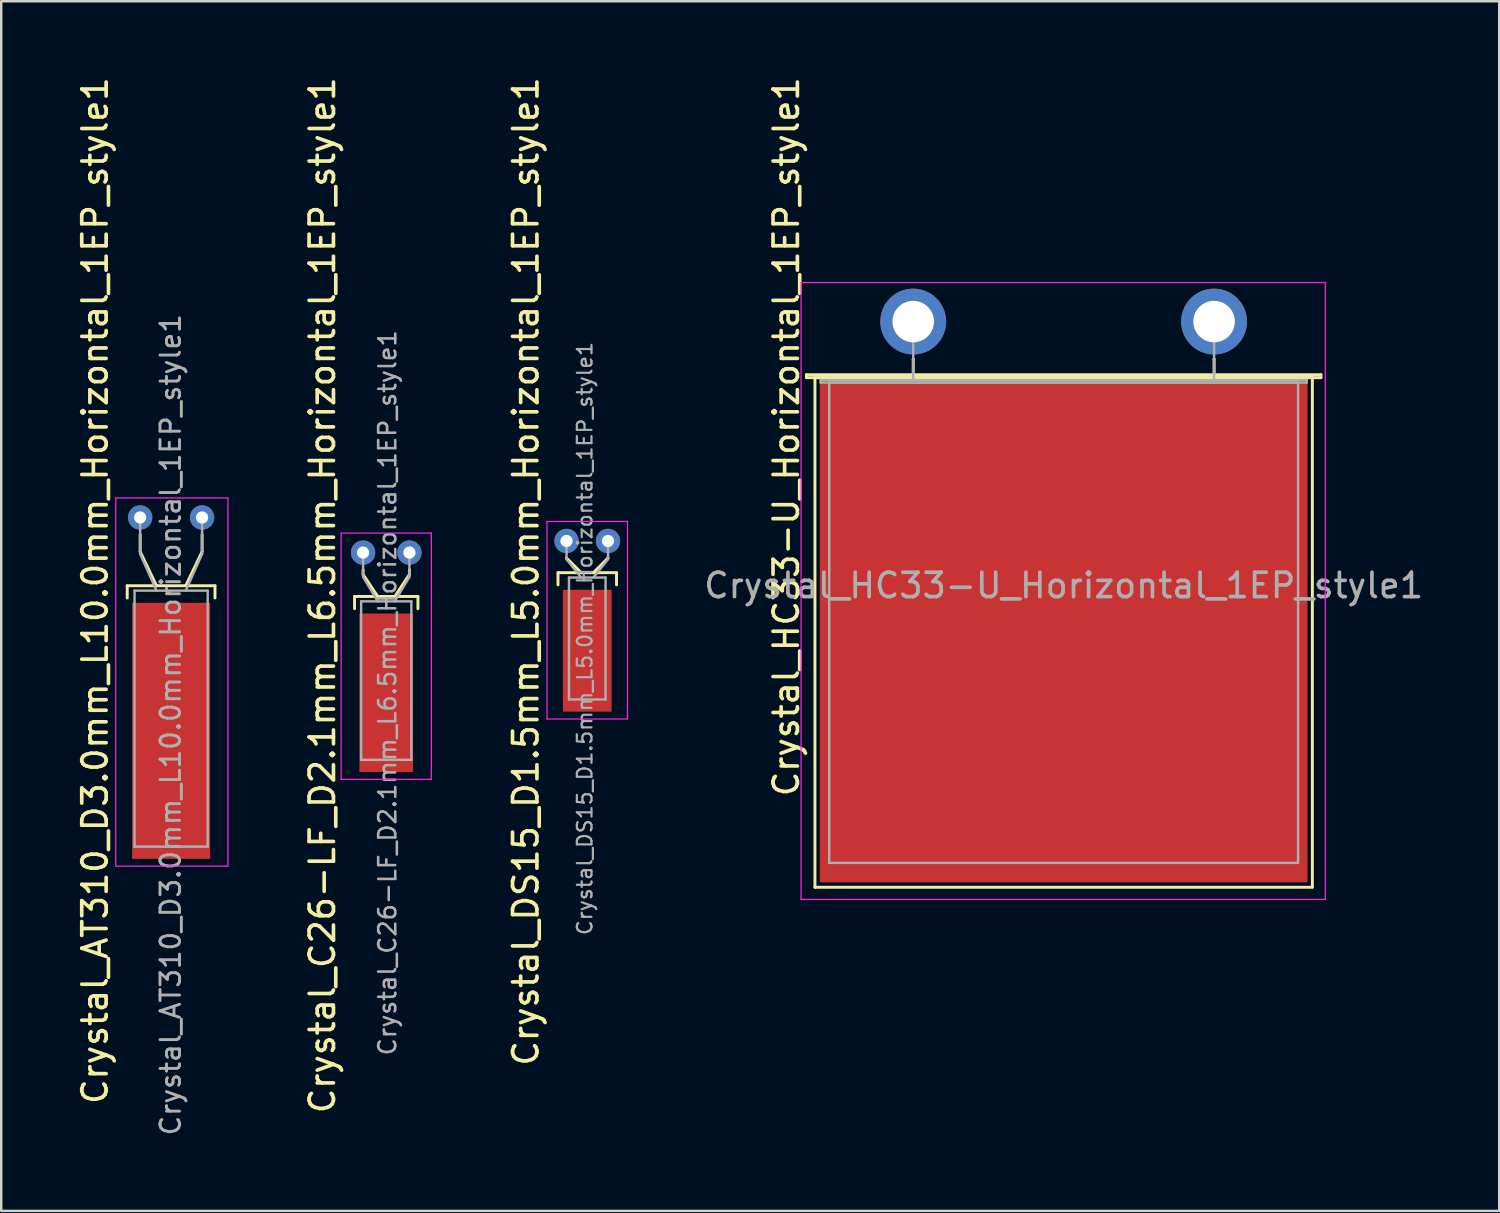
<source format=kicad_pcb>
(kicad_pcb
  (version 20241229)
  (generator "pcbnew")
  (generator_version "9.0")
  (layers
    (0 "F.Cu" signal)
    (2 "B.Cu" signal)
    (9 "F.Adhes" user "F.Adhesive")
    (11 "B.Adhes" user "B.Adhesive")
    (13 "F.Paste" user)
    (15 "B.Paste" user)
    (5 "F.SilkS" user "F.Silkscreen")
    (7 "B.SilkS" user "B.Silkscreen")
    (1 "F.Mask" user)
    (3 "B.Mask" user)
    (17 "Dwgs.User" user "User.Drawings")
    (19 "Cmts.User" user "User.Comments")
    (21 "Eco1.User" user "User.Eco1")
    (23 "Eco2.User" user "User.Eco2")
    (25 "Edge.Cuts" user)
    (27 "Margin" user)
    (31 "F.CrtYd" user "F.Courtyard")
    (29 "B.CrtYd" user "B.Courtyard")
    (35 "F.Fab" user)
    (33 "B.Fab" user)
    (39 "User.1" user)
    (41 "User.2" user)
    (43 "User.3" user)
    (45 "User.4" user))
  (footprint "Crystal_AT310_D3.0mm_L10.0mm_Horizontal_1EP_style1"
    (layer "F.Cu")
    (at 2.698 18.173)
    (property "Reference" "Crystal_AT310_D3.0mm_L10.0mm_Horizontal_1EP_style1" (at -1.85 3 90) (layer "F.SilkS") (effects (font (size 1 1) (thickness 0.15))))
    (attr through_hole)
    (fp_line (start -0.53 2.8) (end 3.07 2.8) (stroke (width 0.12) (type solid)) (layer "F.SilkS"))
    (fp_line (start -0.53 3.3) (end -0.53 2.8) (stroke (width 0.12) (type solid)) (layer "F.SilkS"))
    (fp_line (start 0 1.4) (end 0 0.7) (stroke (width 0.12) (type solid)) (layer "F.SilkS"))
    (fp_line (start 0.67 2.8) (end 0 1.4) (stroke (width 0.12) (type solid)) (layer "F.SilkS"))
    (fp_line (start 1.87 2.8) (end 2.54 1.4) (stroke (width 0.12) (type solid)) (layer "F.SilkS"))
    (fp_line (start 2.54 1.4) (end 2.54 0.7) (stroke (width 0.12) (type solid)) (layer "F.SilkS"))
    (fp_line (start 3.07 2.8) (end 3.07 3.3) (stroke (width 0.12) (type solid)) (layer "F.SilkS"))
    (fp_line (start -1 -0.8) (end -1 14.3) (stroke (width 0.05) (type solid)) (layer "F.CrtYd"))
    (fp_line (start -1 14.3) (end 3.6 14.3) (stroke (width 0.05) (type solid)) (layer "F.CrtYd"))
    (fp_line (start 3.6 -0.8) (end -1 -0.8) (stroke (width 0.05) (type solid)) (layer "F.CrtYd"))
    (fp_line (start 3.6 14.3) (end 3.6 -0.8) (stroke (width 0.05) (type solid)) (layer "F.CrtYd"))
    (fp_line (start -0.23 3) (end -0.23 13.5) (stroke (width 0.1) (type solid)) (layer "F.Fab"))
    (fp_line (start -0.23 13.5) (end 2.77 13.5) (stroke (width 0.1) (type solid)) (layer "F.Fab"))
    (fp_line (start 0 1.5) (end 0 0) (stroke (width 0.1) (type solid)) (layer "F.Fab"))
    (fp_line (start 0.67 3) (end 0 1.5) (stroke (width 0.1) (type solid)) (layer "F.Fab"))
    (fp_line (start 1.87 3) (end 2.54 1.5) (stroke (width 0.1) (type solid)) (layer "F.Fab"))
    (fp_line (start 2.54 1.5) (end 2.54 0) (stroke (width 0.1) (type solid)) (layer "F.Fab"))
    (fp_line (start 2.77 3) (end -0.23 3) (stroke (width 0.1) (type solid)) (layer "F.Fab"))
    (fp_line (start 2.77 13.5) (end 2.77 3) (stroke (width 0.1) (type solid)) (layer "F.Fab"))
    (fp_text user "${REFERENCE}" (at 1.25 8.5 90) (layer "F.Fab") (effects (font (size 0.8 0.8) (thickness 0.12))))
    (pad "1" thru_hole circle (at 0 0) (size 1 1) (drill 0.5) (layers "*.Cu" "*.Mask"))
    (pad "2" thru_hole circle (at 2.54 0) (size 1 1) (drill 0.5) (layers "*.Cu" "*.Mask"))
    (pad "3" smd rect (at 1.27 8.75) (size 3.2 10.5) (layers "F.Cu" "F.Mask" "F.Paste")))
  (footprint "Crystal_DS15_D1.5mm_L5.0mm_Horizontal_1EP_style1"
    (layer "F.Cu")
    (at 20.185 19.137)
    (property "Reference" "Crystal_DS15_D1.5mm_L5.0mm_Horizontal_1EP_style1" (at -1.67 1.25 90) (layer "F.SilkS") (effects (font (size 1 1) (thickness 0.15))))
    (attr through_hole)
    (fp_line (start -0.35 1.3) (end 2.05 1.3) (stroke (width 0.12) (type solid)) (layer "F.SilkS"))
    (fp_line (start -0.35 1.8) (end -0.35 1.3) (stroke (width 0.12) (type solid)) (layer "F.SilkS"))
    (fp_line (start 0 0.7) (end 0 0.7) (stroke (width 0.12) (type solid)) (layer "F.SilkS"))
    (fp_line (start 0.6 1.3) (end 0 0.7) (stroke (width 0.12) (type solid)) (layer "F.SilkS"))
    (fp_line (start 1.1 1.3) (end 1.7 0.7) (stroke (width 0.12) (type solid)) (layer "F.SilkS"))
    (fp_line (start 1.7 0.7) (end 1.7 0.7) (stroke (width 0.12) (type solid)) (layer "F.SilkS"))
    (fp_line (start 2.05 1.3) (end 2.05 1.8) (stroke (width 0.12) (type solid)) (layer "F.SilkS"))
    (fp_line (start -0.8 -0.8) (end -0.8 7.3) (stroke (width 0.05) (type solid)) (layer "F.CrtYd"))
    (fp_line (start -0.8 7.3) (end 2.5 7.3) (stroke (width 0.05) (type solid)) (layer "F.CrtYd"))
    (fp_line (start 2.5 -0.8) (end -0.8 -0.8) (stroke (width 0.05) (type solid)) (layer "F.CrtYd"))
    (fp_line (start 2.5 7.3) (end 2.5 -0.8) (stroke (width 0.05) (type solid)) (layer "F.CrtYd"))
    (fp_line (start 0 0.75) (end 0 0) (stroke (width 0.1) (type solid)) (layer "F.Fab"))
    (fp_line (start 0.1 1.5) (end 0.1 6.5) (stroke (width 0.1) (type solid)) (layer "F.Fab"))
    (fp_line (start 0.1 6.5) (end 1.6 6.5) (stroke (width 0.1) (type solid)) (layer "F.Fab"))
    (fp_line (start 0.6 1.5) (end 0 0.75) (stroke (width 0.1) (type solid)) (layer "F.Fab"))
    (fp_line (start 1.1 1.5) (end 1.7 0.75) (stroke (width 0.1) (type solid)) (layer "F.Fab"))
    (fp_line (start 1.6 1.5) (end 0.1 1.5) (stroke (width 0.1) (type solid)) (layer "F.Fab"))
    (fp_line (start 1.6 6.5) (end 1.6 1.5) (stroke (width 0.1) (type solid)) (layer "F.Fab"))
    (fp_line (start 1.7 0.75) (end 1.7 0) (stroke (width 0.1) (type solid)) (layer "F.Fab"))
    (fp_text user "${REFERENCE}" (at 0.75 4 90) (layer "F.Fab") (effects (font (size 0.6 0.6) (thickness 0.09))))
    (pad "1" thru_hole circle (at 0 0) (size 1 1) (drill 0.5) (layers "*.Cu" "*.Mask"))
    (pad "2" thru_hole circle (at 1.7 0) (size 1 1) (drill 0.5) (layers "*.Cu" "*.Mask"))
    (pad "3" smd rect (at 0.85 4.5) (size 2 5) (layers "F.Cu" "F.Mask" "F.Paste")))
  (footprint "Crystal_HC33-U_Horizontal_1EP_style1"
    (layer "F.Cu")
    (at 34.403 10.138)
    (property "Reference" "Crystal_HC33-U_Horizontal_1EP_style1" (at -5.205 4.725 90) (layer "F.SilkS") (effects (font (size 1 1) (thickness 0.15))))
    (attr through_hole)
    (fp_line (start -4.38 2.18) (end 16.72 2.18) (stroke (width 0.12) (type solid)) (layer "F.SilkS"))
    (fp_line (start -4.38 2.3) (end -4.38 2.18) (stroke (width 0.12) (type solid)) (layer "F.SilkS"))
    (fp_line (start -4.03 2.3) (end -4.03 23.2) (stroke (width 0.12) (type solid)) (layer "F.SilkS"))
    (fp_line (start -4.03 23.2) (end 16.37 23.2) (stroke (width 0.12) (type solid)) (layer "F.SilkS"))
    (fp_line (start 0 1.55) (end 0 1.55) (stroke (width 0.12) (type solid)) (layer "F.SilkS"))
    (fp_line (start 0 2.3) (end 0 1.55) (stroke (width 0.12) (type solid)) (layer "F.SilkS"))
    (fp_line (start 12.34 1.55) (end 12.34 1.55) (stroke (width 0.12) (type solid)) (layer "F.SilkS"))
    (fp_line (start 12.34 2.3) (end 12.34 1.55) (stroke (width 0.12) (type solid)) (layer "F.SilkS"))
    (fp_line (start 16.37 2.3) (end -4.03 2.3) (stroke (width 0.12) (type solid)) (layer "F.SilkS"))
    (fp_line (start 16.37 23.2) (end 16.37 2.3) (stroke (width 0.12) (type solid)) (layer "F.SilkS"))
    (fp_line (start 16.72 2.18) (end 16.72 2.3) (stroke (width 0.12) (type solid)) (layer "F.SilkS"))
    (fp_line (start 16.72 2.3) (end -4.38 2.3) (stroke (width 0.12) (type solid)) (layer "F.SilkS"))
    (fp_line (start -4.6 -1.6) (end -4.6 23.7) (stroke (width 0.05) (type solid)) (layer "F.CrtYd"))
    (fp_line (start -4.6 23.7) (end 16.9 23.7) (stroke (width 0.05) (type solid)) (layer "F.CrtYd"))
    (fp_line (start 16.9 -1.6) (end -4.6 -1.6) (stroke (width 0.05) (type solid)) (layer "F.CrtYd"))
    (fp_line (start 16.9 23.7) (end 16.9 -1.6) (stroke (width 0.05) (type solid)) (layer "F.CrtYd"))
    (fp_line (start -3.795 2.4) (end 16.135 2.4) (stroke (width 0.1) (type solid)) (layer "F.Fab"))
    (fp_line (start -3.795 2.5) (end -3.795 2.4) (stroke (width 0.1) (type solid)) (layer "F.Fab"))
    (fp_line (start -3.445 2.5) (end -3.445 22.2) (stroke (width 0.1) (type solid)) (layer "F.Fab"))
    (fp_line (start -3.445 22.2) (end 15.785 22.2) (stroke (width 0.1) (type solid)) (layer "F.Fab"))
    (fp_line (start 0 1.25) (end 0 0) (stroke (width 0.1) (type solid)) (layer "F.Fab"))
    (fp_line (start 0 2.5) (end 0 1.25) (stroke (width 0.1) (type solid)) (layer "F.Fab"))
    (fp_line (start 12.34 1.25) (end 12.34 0) (stroke (width 0.1) (type solid)) (layer "F.Fab"))
    (fp_line (start 12.34 2.5) (end 12.34 1.25) (stroke (width 0.1) (type solid)) (layer "F.Fab"))
    (fp_line (start 15.785 2.5) (end -3.445 2.5) (stroke (width 0.1) (type solid)) (layer "F.Fab"))
    (fp_line (start 15.785 22.2) (end 15.785 2.5) (stroke (width 0.1) (type solid)) (layer "F.Fab"))
    (fp_line (start 16.135 2.4) (end 16.135 2.5) (stroke (width 0.1) (type solid)) (layer "F.Fab"))
    (fp_line (start 16.135 2.5) (end -3.795 2.5) (stroke (width 0.1) (type solid)) (layer "F.Fab"))
    (fp_text user "${REFERENCE}" (at 6.17 10.825 0) (layer "F.Fab") (effects (font (size 1 1) (thickness 0.15))))
    (pad "1" thru_hole circle (at 0 0) (size 2.7 2.7) (drill 1.7) (layers "*.Cu" "*.Mask"))
    (pad "2" thru_hole circle (at 12.34 0) (size 2.7 2.7) (drill 1.7) (layers "*.Cu" "*.Mask"))
    (pad "3" smd rect (at 6.17 12.75) (size 20 20.5) (layers "F.Cu" "F.Mask" "F.Paste")))
  (footprint "Crystal_C26-LF_D2.1mm_L6.5mm_Horizontal_1EP_style1"
    (layer "F.Cu")
    (at 11.841 19.613)
    (property "Reference" "Crystal_C26-LF_D2.1mm_L6.5mm_Horizontal_1EP_style1" (at -1.67 1.75 90) (layer "F.SilkS") (effects (font (size 1 1) (thickness 0.15))))
    (attr through_hole)
    (fp_line (start -0.35 1.8) (end 2.25 1.8) (stroke (width 0.12) (type solid)) (layer "F.SilkS"))
    (fp_line (start -0.35 2.3) (end -0.35 1.8) (stroke (width 0.12) (type solid)) (layer "F.SilkS"))
    (fp_line (start 0 0.9) (end 0 0.7) (stroke (width 0.12) (type solid)) (layer "F.SilkS"))
    (fp_line (start 0.6 1.8) (end 0 0.9) (stroke (width 0.12) (type solid)) (layer "F.SilkS"))
    (fp_line (start 1.3 1.8) (end 1.9 0.9) (stroke (width 0.12) (type solid)) (layer "F.SilkS"))
    (fp_line (start 1.9 0.9) (end 1.9 0.7) (stroke (width 0.12) (type solid)) (layer "F.SilkS"))
    (fp_line (start 2.25 1.8) (end 2.25 2.3) (stroke (width 0.12) (type solid)) (layer "F.SilkS"))
    (fp_line (start -0.9 -0.8) (end -0.9 9.3) (stroke (width 0.05) (type solid)) (layer "F.CrtYd"))
    (fp_line (start -0.9 9.3) (end 2.8 9.3) (stroke (width 0.05) (type solid)) (layer "F.CrtYd"))
    (fp_line (start 2.8 -0.8) (end -0.9 -0.8) (stroke (width 0.05) (type solid)) (layer "F.CrtYd"))
    (fp_line (start 2.8 9.3) (end 2.8 -0.8) (stroke (width 0.05) (type solid)) (layer "F.CrtYd"))
    (fp_line (start -0.08 2) (end -0.08 8.5) (stroke (width 0.1) (type solid)) (layer "F.Fab"))
    (fp_line (start -0.08 8.5) (end 1.98 8.5) (stroke (width 0.1) (type solid)) (layer "F.Fab"))
    (fp_line (start 0 1) (end 0 0) (stroke (width 0.1) (type solid)) (layer "F.Fab"))
    (fp_line (start 0.6 2) (end 0 1) (stroke (width 0.1) (type solid)) (layer "F.Fab"))
    (fp_line (start 1.3 2) (end 1.9 1) (stroke (width 0.1) (type solid)) (layer "F.Fab"))
    (fp_line (start 1.9 1) (end 1.9 0) (stroke (width 0.1) (type solid)) (layer "F.Fab"))
    (fp_line (start 1.98 2) (end -0.08 2) (stroke (width 0.1) (type solid)) (layer "F.Fab"))
    (fp_line (start 1.98 8.5) (end 1.98 2) (stroke (width 0.1) (type solid)) (layer "F.Fab"))
    (fp_text user "${REFERENCE}" (at 1 5.75 90) (layer "F.Fab") (effects (font (size 0.7 0.7) (thickness 0.105))))
    (pad "1" thru_hole circle (at 0 0) (size 1 1) (drill 0.5) (layers "*.Cu" "*.Mask"))
    (pad "2" thru_hole circle (at 1.9 0) (size 1 1) (drill 0.5) (layers "*.Cu" "*.Mask"))
    (pad "3" smd rect (at 0.95 5.75) (size 2.2 6.5) (layers "F.Cu" "F.Mask" "F.Paste")))
  (gr_rect
    (start -3 -3)
    (end 58.436 46.611)
    (stroke (width 0.1) (type default))
    (fill no)
    (layer "Edge.Cuts")))
</source>
